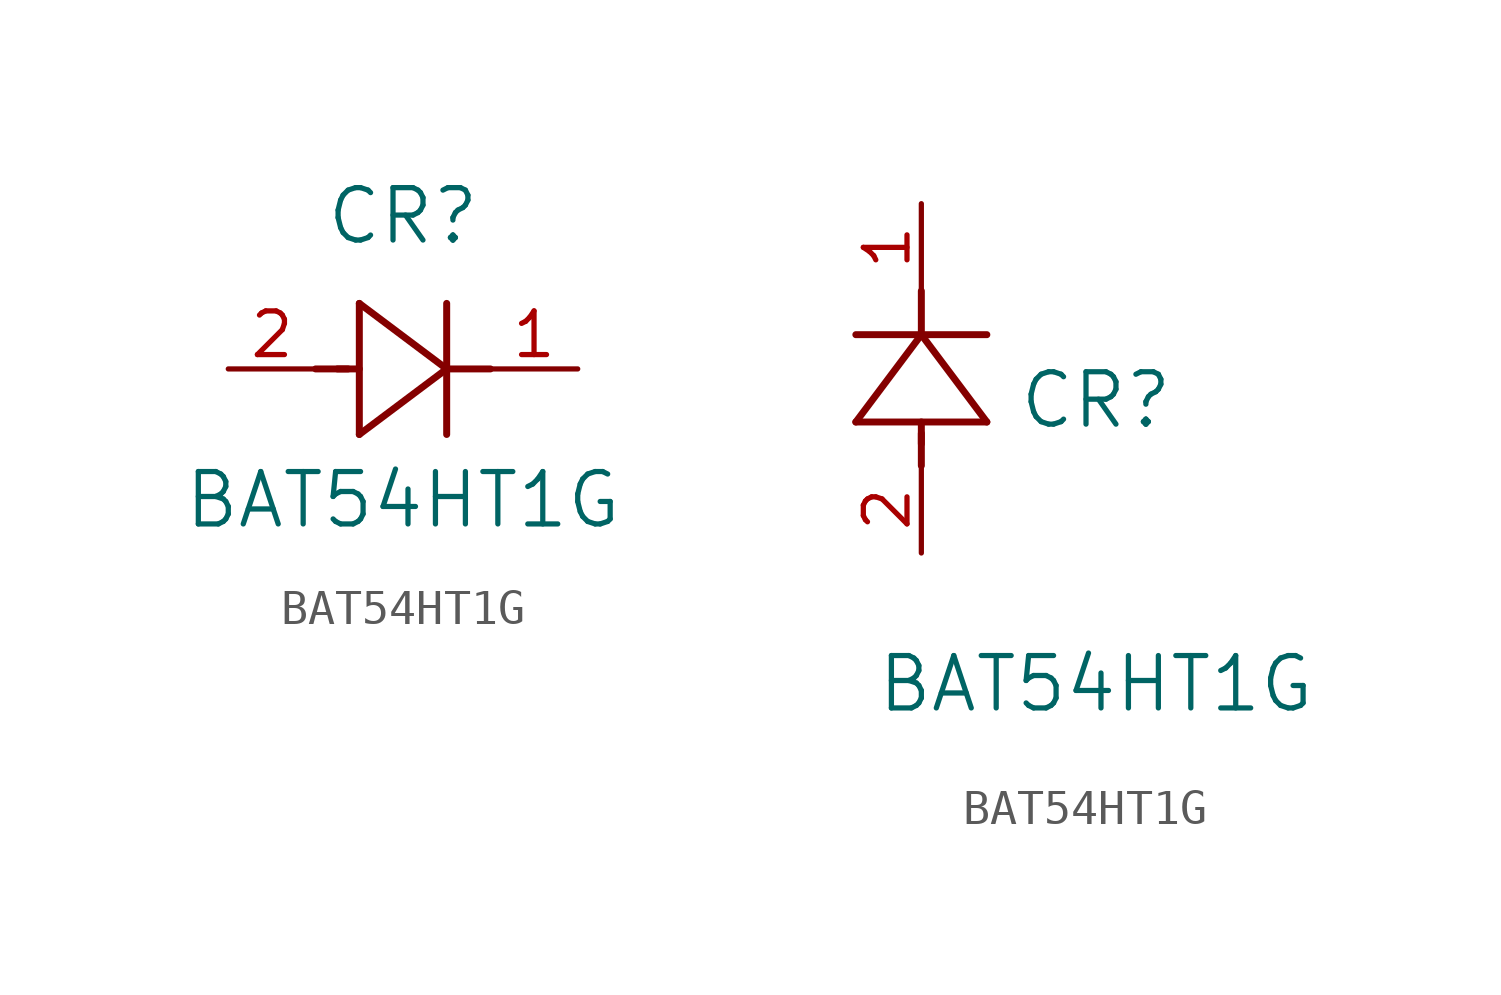
<source format=kicad_sym>
(kicad_symbol_lib
  (version 20211014)
  (generator kicad_symbol_editor)
  (symbol "BAT54HT1G"
    (pin_names
      (offset 0.254))
    (property "Reference" "CR"
      (at 5.08 4.445 0)
      (effects (font (size 1.524 1.524))))
    (property "Value" "BAT54HT1G"
      (at 5.08 -3.81 0)
      (effects (font (size 1.524 1.524))))
    (symbol "BAT54HT1G_1_1"
      (polyline (pts (xy 2.54 0) (xy 3.48 0)) (stroke (width 0.203) (type default) (color 0 0 0 0)) (fill (type none)))
      (polyline (pts (xy 3.81 1.905) (xy 3.81 -1.905)) (stroke (width 0.203) (type default) (color 0 0 0 0)) (fill (type none)))
      (polyline (pts (xy 3.175 0) (xy 3.81 0)) (stroke (width 0.203) (type default) (color 0 0 0 0)) (fill (type none)))
      (polyline (pts (xy 6.35 -1.905) (xy 6.35 1.905)) (stroke (width 0.203) (type default) (color 0 0 0 0)) (fill (type none)))
      (polyline (pts (xy 6.35 0) (xy 7.62 0)) (stroke (width 0.203) (type default) (color 0 0 0 0)) (fill (type none)))
      (polyline (pts (xy 6.35 0) (xy 3.81 1.905)) (stroke (width 0.203) (type default) (color 0 0 0 0)) (fill (type none)))
      (polyline (pts (xy 3.81 -1.905) (xy 6.35 0)) (stroke (width 0.203) (type default) (color 0 0 0 0)) (fill (type none)))
      (pin unspecified line (at 0 0 0) (length 2.54) (name "" (effects (font (size 1.27 1.27)))) (number "2" (effects (font (size 1.27 1.27)))))
      (pin unspecified line (at 10.16 0 180) (length 2.54) (name "" (effects (font (size 1.27 1.27)))) (number "1" (effects (font (size 1.27 1.27))))))
    (symbol "BAT54HT1G_1_2"
      (polyline (pts (xy 0 2.54) (xy 0 3.48)) (stroke (width 0.203) (type default) (color 0 0 0 0)) (fill (type none)))
      (polyline (pts (xy -1.905 3.81) (xy 1.905 3.81)) (stroke (width 0.203) (type default) (color 0 0 0 0)) (fill (type none)))
      (polyline (pts (xy 0 3.175) (xy 0 3.81)) (stroke (width 0.203) (type default) (color 0 0 0 0)) (fill (type none)))
      (polyline (pts (xy 1.905 6.35) (xy -1.905 6.35)) (stroke (width 0.203) (type default) (color 0 0 0 0)) (fill (type none)))
      (polyline (pts (xy 0 6.35) (xy 0 7.62)) (stroke (width 0.203) (type default) (color 0 0 0 0)) (fill (type none)))
      (polyline (pts (xy 0 6.35) (xy -1.905 3.81)) (stroke (width 0.203) (type default) (color 0 0 0 0)) (fill (type none)))
      (polyline (pts (xy 1.905 3.81) (xy 0 6.35)) (stroke (width 0.203) (type default) (color 0 0 0 0)) (fill (type none)))
      (pin unspecified line (at 0 0 90) (length 2.54) (name "" (effects (font (size 1.27 1.27)))) (number "2" (effects (font (size 1.27 1.27)))))
      (pin unspecified line (at 0 10.16 270) (length 2.54) (name "" (effects (font (size 1.27 1.27)))) (number "1" (effects (font (size 1.27 1.27))))))))
</source>
